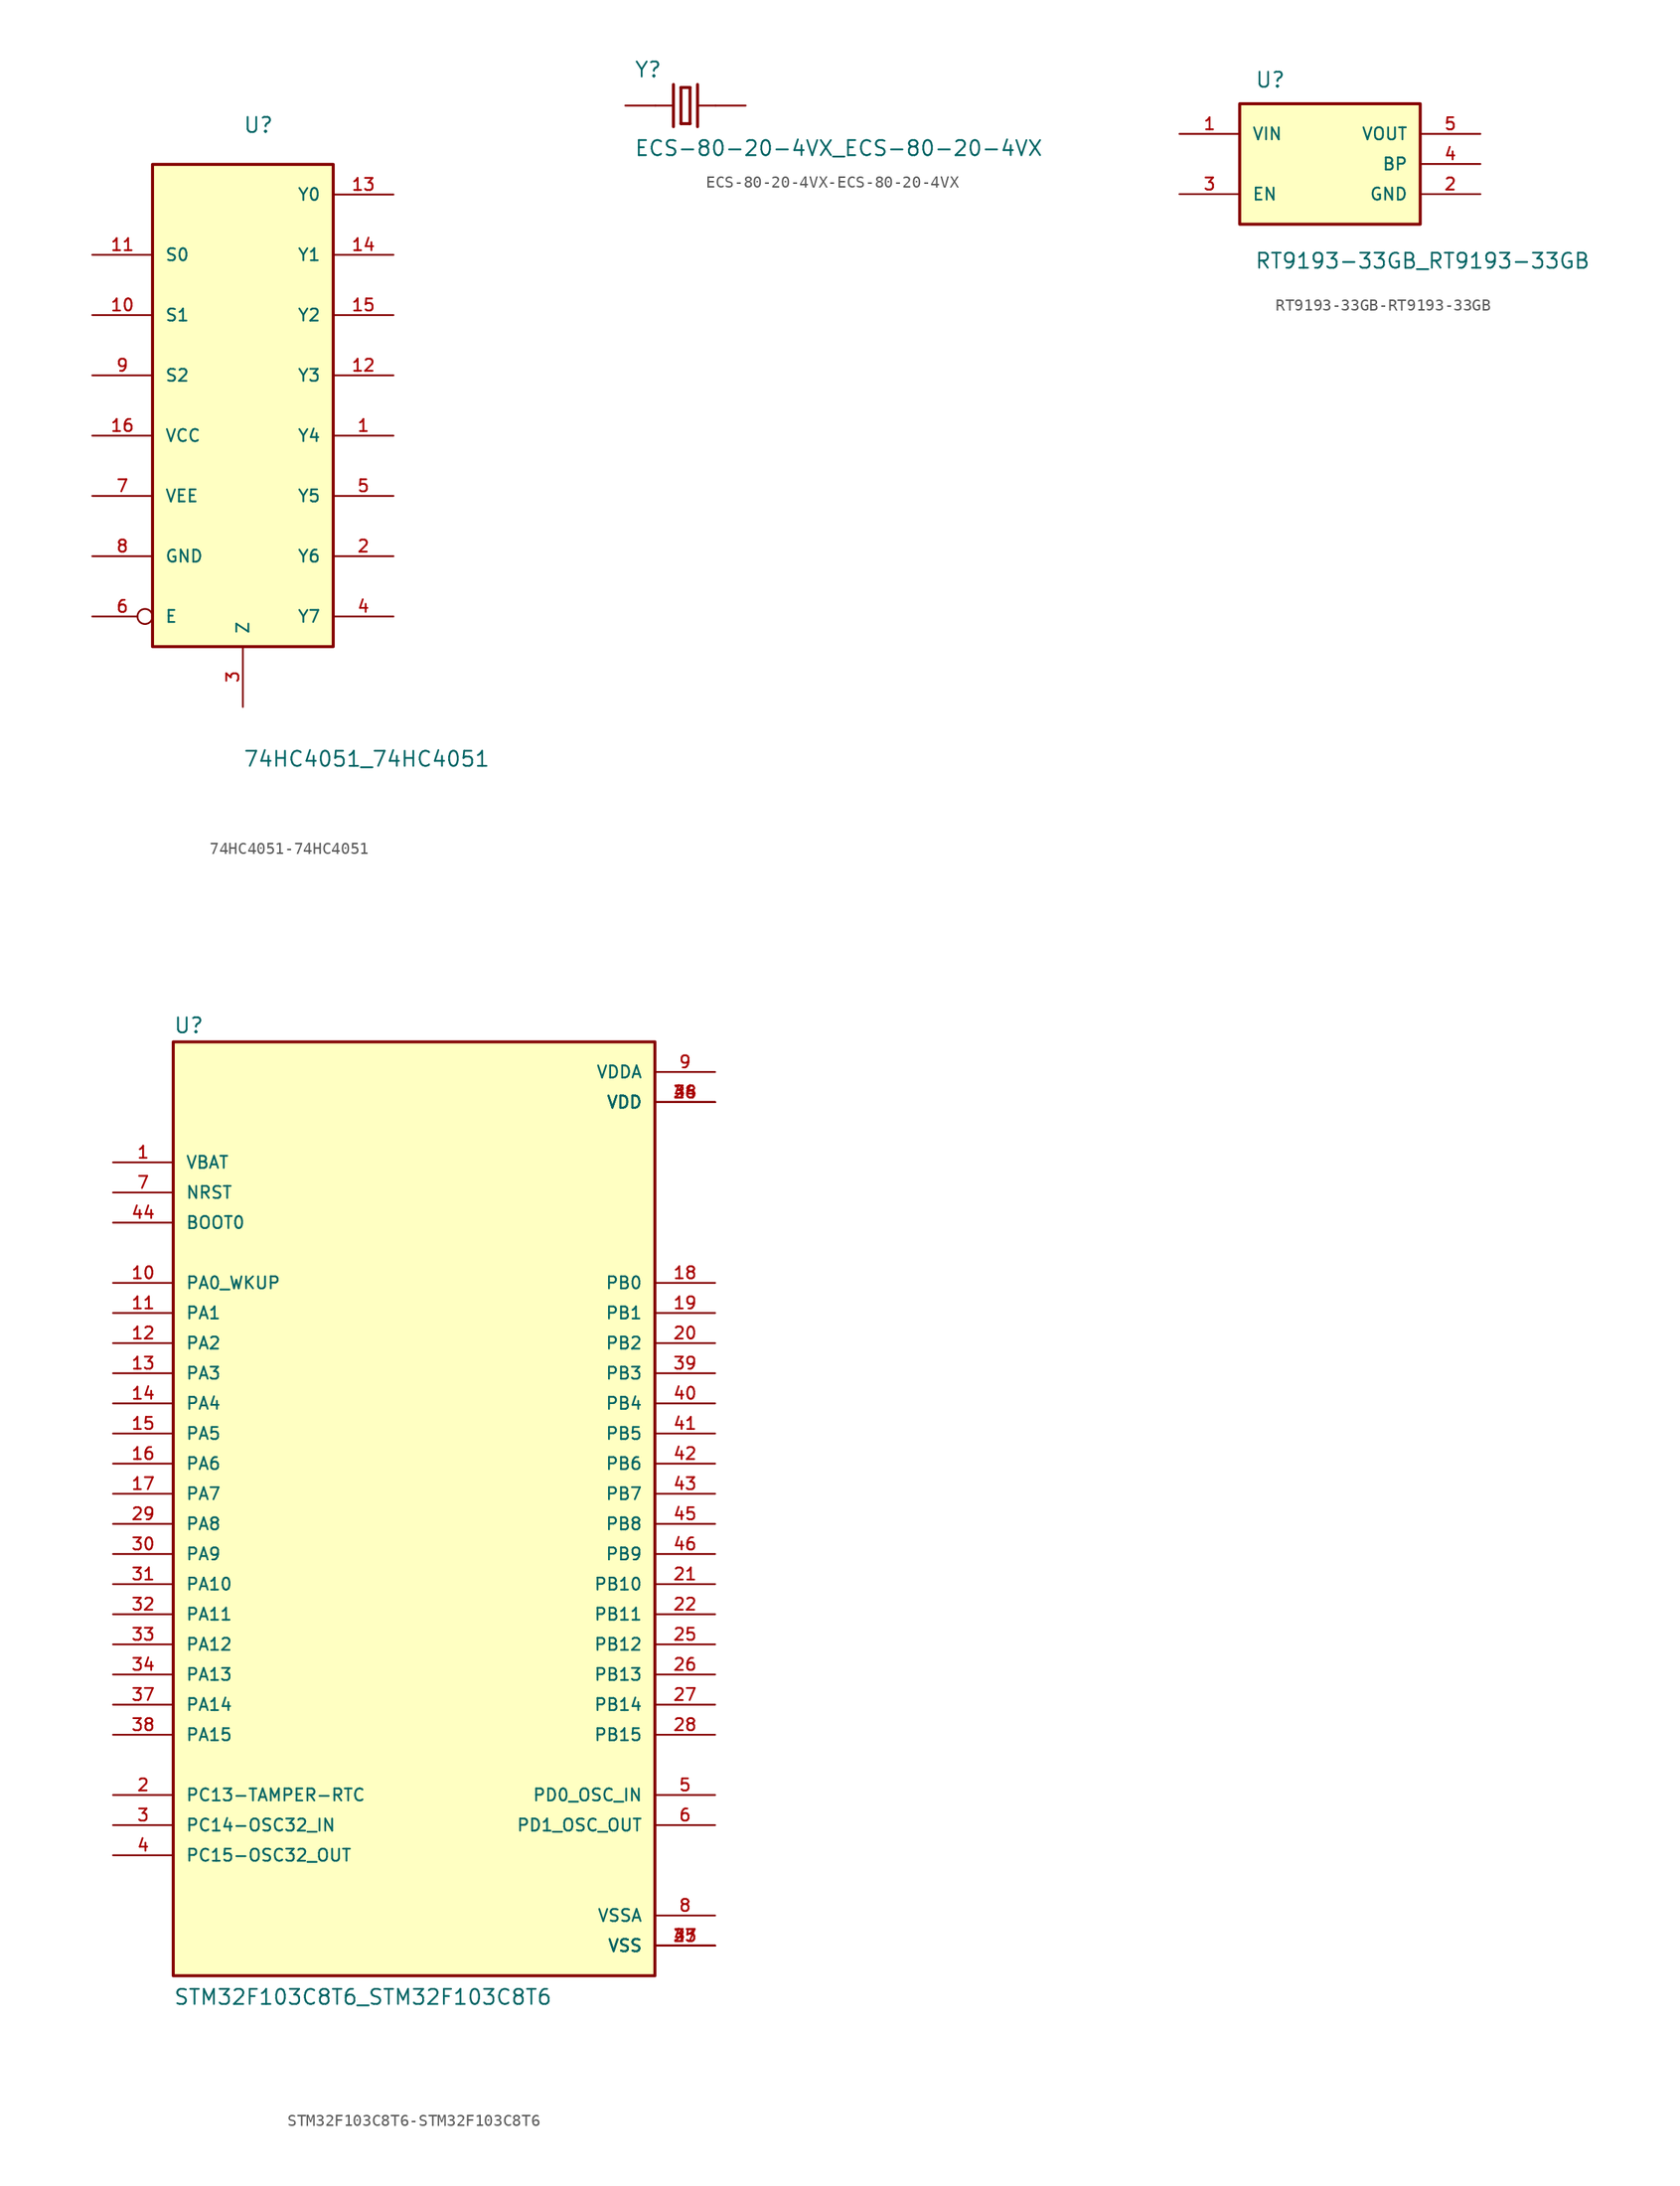
<source format=kicad_sym>
(kicad_symbol_lib
  (version 20220914)
  (generator kicad_symbol_editor)
  (symbol "74HC4051-74HC4051"
    (pin_names
      (offset 1.016))
    (property "Reference" "U"
      (at -2.54 20.345 0)
      (effects (font (size 1.27 1.27)) (justify left bottom)))
    (property "Value" "74HC4051_74HC4051"
      (at -2.54 -33.071 0)
      (effects (font (size 1.27 1.27)) (justify left bottom)))
    (property "ki_locked" ""
      (at 0 0 0)
      (effects (font (size 1.27 1.27))))
    (symbol "74HC4051-74HC4051_0_0"
      (rectangle (start -10.16 -22.86) (end 5.08 17.78) (stroke (width 0.254) (type solid)) (fill (type background)))
      (pin bidirectional line (at 10.16 -5.08 180) (length 5.08) (name "Y4" (effects (font (size 1.016 1.016)))) (number "1" (effects (font (size 1.016 1.016)))))
      (pin bidirectional line (at -15.24 5.08 0) (length 5.08) (name "S1" (effects (font (size 1.016 1.016)))) (number "10" (effects (font (size 1.016 1.016)))))
      (pin bidirectional line (at -15.24 10.16 0) (length 5.08) (name "S0" (effects (font (size 1.016 1.016)))) (number "11" (effects (font (size 1.016 1.016)))))
      (pin bidirectional line (at 10.16 0 180) (length 5.08) (name "Y3" (effects (font (size 1.016 1.016)))) (number "12" (effects (font (size 1.016 1.016)))))
      (pin bidirectional line (at 10.16 15.24 180) (length 5.08) (name "Y0" (effects (font (size 1.016 1.016)))) (number "13" (effects (font (size 1.016 1.016)))))
      (pin bidirectional line (at 10.16 10.16 180) (length 5.08) (name "Y1" (effects (font (size 1.016 1.016)))) (number "14" (effects (font (size 1.016 1.016)))))
      (pin bidirectional line (at 10.16 5.08 180) (length 5.08) (name "Y2" (effects (font (size 1.016 1.016)))) (number "15" (effects (font (size 1.016 1.016)))))
      (pin power_in line (at -15.24 -5.08 0) (length 5.08) (name "VCC" (effects (font (size 1.016 1.016)))) (number "16" (effects (font (size 1.016 1.016)))))
      (pin bidirectional line (at 10.16 -15.24 180) (length 5.08) (name "Y6" (effects (font (size 1.016 1.016)))) (number "2" (effects (font (size 1.016 1.016)))))
      (pin bidirectional line (at -2.54 -27.94 90) (length 5.08) (name "Z" (effects (font (size 1.016 1.016)))) (number "3" (effects (font (size 1.016 1.016)))))
      (pin bidirectional line (at 10.16 -20.32 180) (length 5.08) (name "Y7" (effects (font (size 1.016 1.016)))) (number "4" (effects (font (size 1.016 1.016)))))
      (pin bidirectional line (at 10.16 -10.16 180) (length 5.08) (name "Y5" (effects (font (size 1.016 1.016)))) (number "5" (effects (font (size 1.016 1.016)))))
      (pin bidirectional inverted (at -15.24 -20.32 0) (length 5.08) (name "E" (effects (font (size 1.016 1.016)))) (number "6" (effects (font (size 1.016 1.016)))))
      (pin power_in line (at -15.24 -10.16 0) (length 5.08) (name "VEE" (effects (font (size 1.016 1.016)))) (number "7" (effects (font (size 1.016 1.016)))))
      (pin power_in line (at -15.24 -15.24 0) (length 5.08) (name "GND" (effects (font (size 1.016 1.016)))) (number "8" (effects (font (size 1.016 1.016)))))
      (pin bidirectional line (at -15.24 0 0) (length 5.08) (name "S2" (effects (font (size 1.016 1.016)))) (number "9" (effects (font (size 1.016 1.016)))))))
  (symbol "ECS-80-20-4VX-ECS-80-20-4VX"
    (pin_numbers hide)
    (pin_names
      (offset 1.016) hide)
    (property "Reference" "Y"
      (at -4.343 2.286 0)
      (effects (font (size 1.27 1.27)) (justify left bottom)))
    (property "Value" "ECS-80-20-4VX_ECS-80-20-4VX"
      (at -4.343 -4.343 0)
      (effects (font (size 1.27 1.27)) (justify left bottom)))
    (property "ki_locked" ""
      (at 0 0 0)
      (effects (font (size 1.27 1.27))))
    (symbol "ECS-80-20-4VX-ECS-80-20-4VX_0_0"
      (polyline (pts (xy -2.54 0) (xy -1.016 0)) (stroke (width 0.152) (type solid)) (fill (type none)))
      (polyline (pts (xy -1.016 1.778) (xy -1.016 -1.778)) (stroke (width 0.254) (type solid)) (fill (type none)))
      (polyline (pts (xy -0.381 -1.524) (xy 0.381 -1.524)) (stroke (width 0.254) (type solid)) (fill (type none)))
      (polyline (pts (xy -0.381 1.524) (xy -0.381 -1.524)) (stroke (width 0.254) (type solid)) (fill (type none)))
      (polyline (pts (xy 0.381 -1.524) (xy 0.381 1.524)) (stroke (width 0.254) (type solid)) (fill (type none)))
      (polyline (pts (xy 0.381 1.524) (xy -0.381 1.524)) (stroke (width 0.254) (type solid)) (fill (type none)))
      (polyline (pts (xy 1.016 0) (xy 2.54 0)) (stroke (width 0.152) (type solid)) (fill (type none)))
      (polyline (pts (xy 1.016 1.778) (xy 1.016 -1.778)) (stroke (width 0.254) (type solid)) (fill (type none)))
      (pin passive line (at -5.08 0 0) (length 2.54) (name "~" (effects (font (size 1.016 1.016)))) (number "1" (effects (font (size 1.016 1.016)))))
      (pin passive line (at 5.08 0 180) (length 2.54) (name "~" (effects (font (size 1.016 1.016)))) (number "2" (effects (font (size 1.016 1.016)))))))
  (symbol "RT9193-33GB-RT9193-33GB"
    (pin_names
      (offset 1.016))
    (property "Reference" "U"
      (at -6.35 6.35 0)
      (effects (font (size 1.27 1.27)) (justify left bottom)))
    (property "Value" "RT9193-33GB_RT9193-33GB"
      (at -6.375 -8.915 0)
      (effects (font (size 1.27 1.27)) (justify left bottom)))
    (property "ki_locked" ""
      (at 0 0 0)
      (effects (font (size 1.27 1.27))))
    (symbol "RT9193-33GB-RT9193-33GB_0_0"
      (rectangle (start -7.62 -5.08) (end 7.62 5.08) (stroke (width 0.254) (type solid)) (fill (type background)))
      (pin input line (at -12.7 2.54 0) (length 5.08) (name "VIN" (effects (font (size 1.016 1.016)))) (number "1" (effects (font (size 1.016 1.016)))))
      (pin power_in line (at 12.7 -2.54 180) (length 5.08) (name "GND" (effects (font (size 1.016 1.016)))) (number "2" (effects (font (size 1.016 1.016)))))
      (pin input line (at -12.7 -2.54 0) (length 5.08) (name "EN" (effects (font (size 1.016 1.016)))) (number "3" (effects (font (size 1.016 1.016)))))
      (pin passive line (at 12.7 0 180) (length 5.08) (name "BP" (effects (font (size 1.016 1.016)))) (number "4" (effects (font (size 1.016 1.016)))))
      (pin output line (at 12.7 2.54 180) (length 5.08) (name "VOUT" (effects (font (size 1.016 1.016)))) (number "5" (effects (font (size 1.016 1.016)))))))
  (symbol "STM32F103C8T6-STM32F103C8T6"
    (pin_names
      (offset 1.016))
    (property "Reference" "U"
      (at -20.32 41.275 0)
      (effects (font (size 1.27 1.27)) (justify left bottom)))
    (property "Value" "STM32F103C8T6_STM32F103C8T6"
      (at -20.32 -40.64 0)
      (effects (font (size 1.27 1.27)) (justify left bottom)))
    (property "ki_locked" ""
      (at 0 0 0)
      (effects (font (size 1.27 1.27))))
    (symbol "STM32F103C8T6-STM32F103C8T6_0_0"
      (rectangle (start -20.32 -38.1) (end 20.32 40.64) (stroke (width 0.254) (type solid)) (fill (type background)))
      (pin bidirectional line (at -25.4 30.48 0) (length 5.08) (name "VBAT" (effects (font (size 1.016 1.016)))) (number "1" (effects (font (size 1.016 1.016)))))
      (pin bidirectional line (at -25.4 20.32 0) (length 5.08) (name "PA0_WKUP" (effects (font (size 1.016 1.016)))) (number "10" (effects (font (size 1.016 1.016)))))
      (pin bidirectional line (at -25.4 17.78 0) (length 5.08) (name "PA1" (effects (font (size 1.016 1.016)))) (number "11" (effects (font (size 1.016 1.016)))))
      (pin bidirectional line (at -25.4 15.24 0) (length 5.08) (name "PA2" (effects (font (size 1.016 1.016)))) (number "12" (effects (font (size 1.016 1.016)))))
      (pin bidirectional line (at -25.4 12.7 0) (length 5.08) (name "PA3" (effects (font (size 1.016 1.016)))) (number "13" (effects (font (size 1.016 1.016)))))
      (pin bidirectional line (at -25.4 10.16 0) (length 5.08) (name "PA4" (effects (font (size 1.016 1.016)))) (number "14" (effects (font (size 1.016 1.016)))))
      (pin bidirectional line (at -25.4 7.62 0) (length 5.08) (name "PA5" (effects (font (size 1.016 1.016)))) (number "15" (effects (font (size 1.016 1.016)))))
      (pin bidirectional line (at -25.4 5.08 0) (length 5.08) (name "PA6" (effects (font (size 1.016 1.016)))) (number "16" (effects (font (size 1.016 1.016)))))
      (pin bidirectional line (at -25.4 2.54 0) (length 5.08) (name "PA7" (effects (font (size 1.016 1.016)))) (number "17" (effects (font (size 1.016 1.016)))))
      (pin bidirectional line (at 25.4 20.32 180) (length 5.08) (name "PB0" (effects (font (size 1.016 1.016)))) (number "18" (effects (font (size 1.016 1.016)))))
      (pin bidirectional line (at 25.4 17.78 180) (length 5.08) (name "PB1" (effects (font (size 1.016 1.016)))) (number "19" (effects (font (size 1.016 1.016)))))
      (pin bidirectional line (at -25.4 -22.86 0) (length 5.08) (name "PC13-TAMPER-RTC" (effects (font (size 1.016 1.016)))) (number "2" (effects (font (size 1.016 1.016)))))
      (pin bidirectional line (at 25.4 15.24 180) (length 5.08) (name "PB2" (effects (font (size 1.016 1.016)))) (number "20" (effects (font (size 1.016 1.016)))))
      (pin bidirectional line (at 25.4 -5.08 180) (length 5.08) (name "PB10" (effects (font (size 1.016 1.016)))) (number "21" (effects (font (size 1.016 1.016)))))
      (pin bidirectional line (at 25.4 -7.62 180) (length 5.08) (name "PB11" (effects (font (size 1.016 1.016)))) (number "22" (effects (font (size 1.016 1.016)))))
      (pin power_in line (at 25.4 -35.56 180) (length 5.08) (name "VSS" (effects (font (size 1.016 1.016)))) (number "23" (effects (font (size 1.016 1.016)))))
      (pin power_in line (at 25.4 35.56 180) (length 5.08) (name "VDD" (effects (font (size 1.016 1.016)))) (number "24" (effects (font (size 1.016 1.016)))))
      (pin bidirectional line (at 25.4 -10.16 180) (length 5.08) (name "PB12" (effects (font (size 1.016 1.016)))) (number "25" (effects (font (size 1.016 1.016)))))
      (pin bidirectional line (at 25.4 -12.7 180) (length 5.08) (name "PB13" (effects (font (size 1.016 1.016)))) (number "26" (effects (font (size 1.016 1.016)))))
      (pin bidirectional line (at 25.4 -15.24 180) (length 5.08) (name "PB14" (effects (font (size 1.016 1.016)))) (number "27" (effects (font (size 1.016 1.016)))))
      (pin bidirectional line (at 25.4 -17.78 180) (length 5.08) (name "PB15" (effects (font (size 1.016 1.016)))) (number "28" (effects (font (size 1.016 1.016)))))
      (pin bidirectional line (at -25.4 0 0) (length 5.08) (name "PA8" (effects (font (size 1.016 1.016)))) (number "29" (effects (font (size 1.016 1.016)))))
      (pin bidirectional line (at -25.4 -25.4 0) (length 5.08) (name "PC14-OSC32_IN" (effects (font (size 1.016 1.016)))) (number "3" (effects (font (size 1.016 1.016)))))
      (pin bidirectional line (at -25.4 -2.54 0) (length 5.08) (name "PA9" (effects (font (size 1.016 1.016)))) (number "30" (effects (font (size 1.016 1.016)))))
      (pin bidirectional line (at -25.4 -5.08 0) (length 5.08) (name "PA10" (effects (font (size 1.016 1.016)))) (number "31" (effects (font (size 1.016 1.016)))))
      (pin bidirectional line (at -25.4 -7.62 0) (length 5.08) (name "PA11" (effects (font (size 1.016 1.016)))) (number "32" (effects (font (size 1.016 1.016)))))
      (pin bidirectional line (at -25.4 -10.16 0) (length 5.08) (name "PA12" (effects (font (size 1.016 1.016)))) (number "33" (effects (font (size 1.016 1.016)))))
      (pin bidirectional line (at -25.4 -12.7 0) (length 5.08) (name "PA13" (effects (font (size 1.016 1.016)))) (number "34" (effects (font (size 1.016 1.016)))))
      (pin power_in line (at 25.4 -35.56 180) (length 5.08) (name "VSS" (effects (font (size 1.016 1.016)))) (number "35" (effects (font (size 1.016 1.016)))))
      (pin power_in line (at 25.4 35.56 180) (length 5.08) (name "VDD" (effects (font (size 1.016 1.016)))) (number "36" (effects (font (size 1.016 1.016)))))
      (pin bidirectional line (at -25.4 -15.24 0) (length 5.08) (name "PA14" (effects (font (size 1.016 1.016)))) (number "37" (effects (font (size 1.016 1.016)))))
      (pin bidirectional line (at -25.4 -17.78 0) (length 5.08) (name "PA15" (effects (font (size 1.016 1.016)))) (number "38" (effects (font (size 1.016 1.016)))))
      (pin bidirectional line (at 25.4 12.7 180) (length 5.08) (name "PB3" (effects (font (size 1.016 1.016)))) (number "39" (effects (font (size 1.016 1.016)))))
      (pin bidirectional line (at -25.4 -27.94 0) (length 5.08) (name "PC15-OSC32_OUT" (effects (font (size 1.016 1.016)))) (number "4" (effects (font (size 1.016 1.016)))))
      (pin bidirectional line (at 25.4 10.16 180) (length 5.08) (name "PB4" (effects (font (size 1.016 1.016)))) (number "40" (effects (font (size 1.016 1.016)))))
      (pin bidirectional line (at 25.4 7.62 180) (length 5.08) (name "PB5" (effects (font (size 1.016 1.016)))) (number "41" (effects (font (size 1.016 1.016)))))
      (pin bidirectional line (at 25.4 5.08 180) (length 5.08) (name "PB6" (effects (font (size 1.016 1.016)))) (number "42" (effects (font (size 1.016 1.016)))))
      (pin bidirectional line (at 25.4 2.54 180) (length 5.08) (name "PB7" (effects (font (size 1.016 1.016)))) (number "43" (effects (font (size 1.016 1.016)))))
      (pin input line (at -25.4 25.4 0) (length 5.08) (name "BOOT0" (effects (font (size 1.016 1.016)))) (number "44" (effects (font (size 1.016 1.016)))))
      (pin bidirectional line (at 25.4 0 180) (length 5.08) (name "PB8" (effects (font (size 1.016 1.016)))) (number "45" (effects (font (size 1.016 1.016)))))
      (pin bidirectional line (at 25.4 -2.54 180) (length 5.08) (name "PB9" (effects (font (size 1.016 1.016)))) (number "46" (effects (font (size 1.016 1.016)))))
      (pin power_in line (at 25.4 -35.56 180) (length 5.08) (name "VSS" (effects (font (size 1.016 1.016)))) (number "47" (effects (font (size 1.016 1.016)))))
      (pin power_in line (at 25.4 35.56 180) (length 5.08) (name "VDD" (effects (font (size 1.016 1.016)))) (number "48" (effects (font (size 1.016 1.016)))))
      (pin bidirectional line (at 25.4 -22.86 180) (length 5.08) (name "PD0_OSC_IN" (effects (font (size 1.016 1.016)))) (number "5" (effects (font (size 1.016 1.016)))))
      (pin bidirectional line (at 25.4 -25.4 180) (length 5.08) (name "PD1_OSC_OUT" (effects (font (size 1.016 1.016)))) (number "6" (effects (font (size 1.016 1.016)))))
      (pin input line (at -25.4 27.94 0) (length 5.08) (name "NRST" (effects (font (size 1.016 1.016)))) (number "7" (effects (font (size 1.016 1.016)))))
      (pin power_in line (at 25.4 -33.02 180) (length 5.08) (name "VSSA" (effects (font (size 1.016 1.016)))) (number "8" (effects (font (size 1.016 1.016)))))
      (pin power_in line (at 25.4 38.1 180) (length 5.08) (name "VDDA" (effects (font (size 1.016 1.016)))) (number "9" (effects (font (size 1.016 1.016))))))))
</source>
